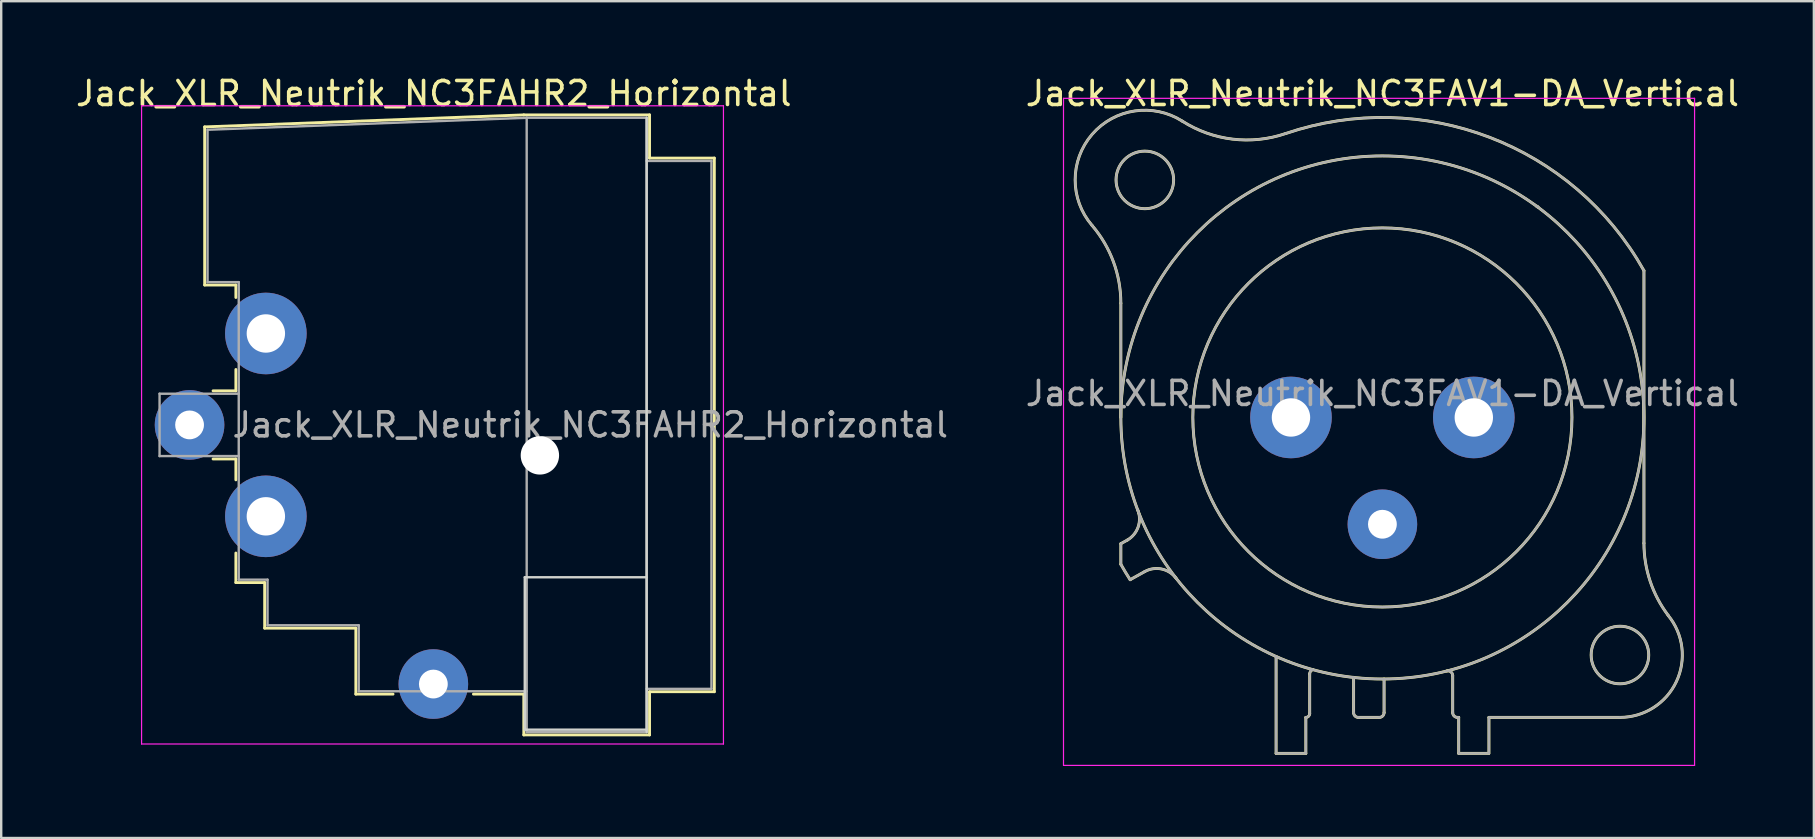
<source format=kicad_pcb>
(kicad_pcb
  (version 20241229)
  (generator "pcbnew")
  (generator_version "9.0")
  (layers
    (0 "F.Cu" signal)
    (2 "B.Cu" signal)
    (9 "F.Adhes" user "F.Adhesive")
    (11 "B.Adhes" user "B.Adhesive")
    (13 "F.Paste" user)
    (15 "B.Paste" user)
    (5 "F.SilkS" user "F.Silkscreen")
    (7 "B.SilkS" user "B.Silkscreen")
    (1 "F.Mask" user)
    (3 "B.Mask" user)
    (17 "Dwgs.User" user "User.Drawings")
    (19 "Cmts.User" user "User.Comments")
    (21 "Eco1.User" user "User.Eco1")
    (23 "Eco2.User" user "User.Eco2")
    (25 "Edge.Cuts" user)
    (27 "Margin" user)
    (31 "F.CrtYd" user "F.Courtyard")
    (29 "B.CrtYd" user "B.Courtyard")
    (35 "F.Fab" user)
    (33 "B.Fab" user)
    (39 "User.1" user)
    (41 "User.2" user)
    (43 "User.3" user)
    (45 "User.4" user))
  (footprint "Jack_XLR_Neutrik_NC3FAV1-DA_Vertical"
    (layer "F.Cu")
    (at 58.372 14.348)
    (property "Reference" "Jack_XLR_Neutrik_NC3FAV1-DA_Vertical" (at -3.81 -13.5 0) (layer "F.SilkS") (effects (font (size 1 1) (thickness 0.15))))
    (attr through_hole)
    (fp_line (start -14.71 0) (end -14.71 -4.76) (stroke (width 0.12) (type solid)) (layer "F.SilkS"))
    (fp_line (start -14.71 5.26) (end -14.71 6.12) (stroke (width 0.12) (type solid)) (layer "F.SilkS"))
    (fp_line (start -14.44 5.11) (end -14.71 5.26) (stroke (width 0.12) (type solid)) (layer "F.SilkS"))
    (fp_line (start -14.32 6.76) (end -13.71 6.42) (stroke (width 0.12) (type solid)) (layer "F.SilkS"))
    (fp_line (start -8.24 9.96) (end -8.24 14) (stroke (width 0.12) (type solid)) (layer "F.SilkS"))
    (fp_line (start -7 12.5) (end -7 14) (stroke (width 0.12) (type solid)) (layer "F.SilkS"))
    (fp_line (start -7 14) (end -8.24 14) (stroke (width 0.12) (type solid)) (layer "F.SilkS"))
    (fp_line (start -6.84 12.34) (end -6.84 10.69) (stroke (width 0.12) (type solid)) (layer "F.SilkS"))
    (fp_line (start -5.01 10.83) (end -5.01 12.3) (stroke (width 0.12) (type solid)) (layer "F.SilkS"))
    (fp_line (start -3.94 12.5) (end -4.81 12.5) (stroke (width 0.12) (type solid)) (layer "F.SilkS"))
    (fp_line (start -3.74 10.9) (end -3.74 12.3) (stroke (width 0.12) (type solid)) (layer "F.SilkS"))
    (fp_line (start -0.88 12.3) (end -0.88 10.76) (stroke (width 0.12) (type solid)) (layer "F.SilkS"))
    (fp_line (start -0.63 12.5) (end -0.68 12.5) (stroke (width 0.12) (type solid)) (layer "F.SilkS"))
    (fp_line (start -0.63 12.5) (end -0.63 14) (stroke (width 0.12) (type solid)) (layer "F.SilkS"))
    (fp_line (start 0.62 14) (end -0.63 14) (stroke (width 0.12) (type solid)) (layer "F.SilkS"))
    (fp_line (start 0.63 12.5) (end 6.09 12.5) (stroke (width 0.12) (type solid)) (layer "F.SilkS"))
    (fp_line (start 0.63 14) (end 0.63 12.5) (stroke (width 0.12) (type solid)) (layer "F.SilkS"))
    (fp_line (start 7.09 5.24) (end 7.09 -6.12) (stroke (width 0.12) (type solid)) (layer "F.SilkS"))
    (fp_arc (start -15.908829 -8.000856) (mid -15.019313 -6.48774) (end -14.71 -4.76) (stroke (width 0.12) (type solid)) (layer "F.SilkS"))
    (fp_arc (start -15.908236 -8.001617) (mid -15.907486 -11.799251) (end -12.15 -12.35) (stroke (width 0.12) (type solid)) (layer "F.SilkS"))
    (fp_arc (start -14.32314 6.763008) (mid -14.521396 6.444407) (end -14.71 6.12) (stroke (width 0.12) (type solid)) (layer "F.SilkS"))
    (fp_arc (start -14.004283 3.855674) (mid -13.989213 4.56375) (end -14.44 5.11) (stroke (width 0.12) (type solid)) (layer "F.SilkS"))
    (fp_arc (start -13.71 6.42) (mid -13.01025 6.315915) (end -12.412202 6.693832) (stroke (width 0.12) (type solid)) (layer "F.SilkS"))
    (fp_arc (start -7.848035 -11.831177) (mid -10.058192 -11.599923) (end -12.15 -12.35) (stroke (width 0.12) (type solid)) (layer "F.SilkS"))
    (fp_arc (start -7.841153 -11.83276) (mid 0.657009 -11.675197) (end 7.09 -6.12) (stroke (width 0.12) (type solid)) (layer "F.SilkS"))
    (fp_arc (start -6.84 10.69) (mid -6.803713 10.578321) (end -6.708713 10.509299) (stroke (width 0.12) (type solid)) (layer "F.SilkS"))
    (fp_arc (start -6.84 12.34) (mid -6.886863 12.453137) (end -7 12.5) (stroke (width 0.12) (type solid)) (layer "F.SilkS"))
    (fp_arc (start -4.81 12.5) (mid -4.951421 12.441421) (end -5.01 12.3) (stroke (width 0.12) (type solid)) (layer "F.SilkS"))
    (fp_arc (start -3.74 12.3) (mid -3.798579 12.441421) (end -3.94 12.5) (stroke (width 0.12) (type solid)) (layer "F.SilkS"))
    (fp_arc (start -1.1294 10.566197) (mid -0.957281 10.602076) (end -0.88 10.76) (stroke (width 0.12) (type solid)) (layer "F.SilkS"))
    (fp_arc (start -0.68 12.5) (mid -0.821421 12.441421) (end -0.88 12.3) (stroke (width 0.12) (type solid)) (layer "F.SilkS"))
    (fp_arc (start 2.636924 -8.782671) (mid 2.628394 -8.791269) (end 2.62 -8.8) (stroke (width 0.12) (type solid)) (layer "F.SilkS"))
    (fp_arc (start 2.680052 -8.767734) (mid 2.65973 -8.7835) (end 2.64 -8.8) (stroke (width 0.12) (type solid)) (layer "F.SilkS"))
    (fp_arc (start 8.095865 8.245761) (mid 8.441704 11.008824) (end 6.09 12.5) (stroke (width 0.12) (type solid)) (layer "F.SilkS"))
    (fp_arc (start 8.098032 8.243976) (mid 7.348729 6.824298) (end 7.09 5.24) (stroke (width 0.12) (type solid)) (layer "F.SilkS"))
    (fp_circle (center -13.71 -9.9) (end -12.51 -9.9) (stroke (width 0.12) (type solid)) (fill no) (layer "F.SilkS"))
    (fp_circle (center -3.81 0) (end 4.09 0) (stroke (width 0.12) (type solid)) (fill no) (layer "F.SilkS"))
    (fp_circle (center -3.81 0) (end 7.09 0) (stroke (width 0.12) (type solid)) (fill no) (layer "F.SilkS"))
    (fp_circle (center 6.09 9.9) (end 7.29 9.9) (stroke (width 0.12) (type solid)) (fill no) (layer "F.SilkS"))
    (fp_line (start -17.1 -13.3) (end 9.2 -13.3) (stroke (width 0.05) (type solid)) (layer "F.CrtYd"))
    (fp_line (start -17.1 14.5) (end -17.1 -13.3) (stroke (width 0.05) (type solid)) (layer "F.CrtYd"))
    (fp_line (start 9.2 -13.3) (end 9.2 14.5) (stroke (width 0.05) (type solid)) (layer "F.CrtYd"))
    (fp_line (start 9.2 14.5) (end -17.1 14.5) (stroke (width 0.05) (type solid)) (layer "F.CrtYd"))
    (fp_line (start -14.71 0) (end -14.71 -4.76) (stroke (width 0.1) (type solid)) (layer "F.Fab"))
    (fp_line (start -14.71 5.26) (end -14.71 6.12) (stroke (width 0.1) (type solid)) (layer "F.Fab"))
    (fp_line (start -14.44 5.11) (end -14.71 5.26) (stroke (width 0.1) (type solid)) (layer "F.Fab"))
    (fp_line (start -14.32 6.76) (end -13.71 6.42) (stroke (width 0.1) (type solid)) (layer "F.Fab"))
    (fp_line (start -8.24 9.96) (end -8.24 14) (stroke (width 0.1) (type solid)) (layer "F.Fab"))
    (fp_line (start -7 12.5) (end -7 14) (stroke (width 0.1) (type solid)) (layer "F.Fab"))
    (fp_line (start -7 14) (end -8.24 14) (stroke (width 0.1) (type solid)) (layer "F.Fab"))
    (fp_line (start -6.84 12.34) (end -6.84 10.69) (stroke (width 0.1) (type solid)) (layer "F.Fab"))
    (fp_line (start -5.01 10.83) (end -5.01 12.3) (stroke (width 0.1) (type solid)) (layer "F.Fab"))
    (fp_line (start -3.94 12.5) (end -4.81 12.5) (stroke (width 0.1) (type solid)) (layer "F.Fab"))
    (fp_line (start -3.74 10.9) (end -3.74 12.3) (stroke (width 0.1) (type solid)) (layer "F.Fab"))
    (fp_line (start -0.88 12.3) (end -0.88 10.76) (stroke (width 0.1) (type solid)) (layer "F.Fab"))
    (fp_line (start -0.63 12.5) (end -0.68 12.5) (stroke (width 0.1) (type solid)) (layer "F.Fab"))
    (fp_line (start -0.63 12.5) (end -0.63 14) (stroke (width 0.1) (type solid)) (layer "F.Fab"))
    (fp_line (start 0.62 14) (end -0.63 14) (stroke (width 0.1) (type solid)) (layer "F.Fab"))
    (fp_line (start 0.63 12.5) (end 6.09 12.5) (stroke (width 0.1) (type solid)) (layer "F.Fab"))
    (fp_line (start 0.63 14) (end 0.63 12.5) (stroke (width 0.1) (type solid)) (layer "F.Fab"))
    (fp_line (start 7.09 5.24) (end 7.09 -6.12) (stroke (width 0.1) (type solid)) (layer "F.Fab"))
    (fp_arc (start -15.908829 -8.000856) (mid -15.019313 -6.48774) (end -14.71 -4.76) (stroke (width 0.1) (type solid)) (layer "F.Fab"))
    (fp_arc (start -15.908236 -8.001617) (mid -15.907486 -11.799251) (end -12.15 -12.35) (stroke (width 0.1) (type solid)) (layer "F.Fab"))
    (fp_arc (start -14.32314 6.763008) (mid -14.521396 6.444407) (end -14.71 6.12) (stroke (width 0.1) (type solid)) (layer "F.Fab"))
    (fp_arc (start -14.004283 3.855674) (mid -13.989213 4.56375) (end -14.44 5.11) (stroke (width 0.1) (type solid)) (layer "F.Fab"))
    (fp_arc (start -13.71 6.42) (mid -13.01025 6.315915) (end -12.412202 6.693832) (stroke (width 0.1) (type solid)) (layer "F.Fab"))
    (fp_arc (start -7.848035 -11.831177) (mid -10.058192 -11.599923) (end -12.15 -12.35) (stroke (width 0.1) (type solid)) (layer "F.Fab"))
    (fp_arc (start -7.841153 -11.83276) (mid 0.657009 -11.675197) (end 7.09 -6.12) (stroke (width 0.1) (type solid)) (layer "F.Fab"))
    (fp_arc (start -6.84 10.69) (mid -6.803713 10.578321) (end -6.708713 10.509299) (stroke (width 0.1) (type solid)) (layer "F.Fab"))
    (fp_arc (start -6.84 12.34) (mid -6.886863 12.453137) (end -7 12.5) (stroke (width 0.1) (type solid)) (layer "F.Fab"))
    (fp_arc (start -4.81 12.5) (mid -4.951421 12.441421) (end -5.01 12.3) (stroke (width 0.1) (type solid)) (layer "F.Fab"))
    (fp_arc (start -3.74 12.3) (mid -3.798579 12.441421) (end -3.94 12.5) (stroke (width 0.1) (type solid)) (layer "F.Fab"))
    (fp_arc (start -1.1294 10.566197) (mid -0.957281 10.602076) (end -0.88 10.76) (stroke (width 0.1) (type solid)) (layer "F.Fab"))
    (fp_arc (start -0.68 12.5) (mid -0.821421 12.441421) (end -0.88 12.3) (stroke (width 0.1) (type solid)) (layer "F.Fab"))
    (fp_arc (start 2.636924 -8.782671) (mid 2.628394 -8.791269) (end 2.62 -8.8) (stroke (width 0.1) (type solid)) (layer "F.Fab"))
    (fp_arc (start 2.680052 -8.767734) (mid 2.65973 -8.7835) (end 2.64 -8.8) (stroke (width 0.1) (type solid)) (layer "F.Fab"))
    (fp_arc (start 8.095865 8.245761) (mid 8.441704 11.008824) (end 6.09 12.5) (stroke (width 0.1) (type solid)) (layer "F.Fab"))
    (fp_arc (start 8.098032 8.243976) (mid 7.348729 6.824298) (end 7.09 5.24) (stroke (width 0.1) (type solid)) (layer "F.Fab"))
    (fp_circle (center -13.71 -9.9) (end -12.51 -9.9) (stroke (width 0.1) (type solid)) (fill no) (layer "F.Fab"))
    (fp_circle (center -3.81 0) (end 4.09 0) (stroke (width 0.1) (type solid)) (fill no) (layer "F.Fab"))
    (fp_circle (center -3.81 0) (end 7.09 0) (stroke (width 0.1) (type solid)) (fill no) (layer "F.Fab"))
    (fp_circle (center 6.09 9.9) (end 7.29 9.9) (stroke (width 0.1) (type solid)) (fill no) (layer "F.Fab"))
    (fp_text user "${REFERENCE}" (at -3.81 -1 0) (layer "F.Fab") (effects (font (size 1 1) (thickness 0.15))))
    (pad "1" thru_hole circle (at 0 0) (size 3.4 3.4) (drill 1.6) (layers "*.Cu" "*.Mask"))
    (pad "2" thru_hole circle (at -7.62 0) (size 3.4 3.4) (drill 1.6) (layers "*.Cu" "*.Mask"))
    (pad "3" thru_hole circle (at -3.81 4.45) (size 2.9 2.9) (drill 1.2) (layers "*.Cu" "*.Mask")))
  (footprint "Jack_XLR_Neutrik_NC3FAHR2_Horizontal"
    (layer "F.Cu")
    (at 8.03 10.848)
    (property "Reference" "Jack_XLR_Neutrik_NC3FAHR2_Horizontal" (at 7 -10 0) (layer "F.SilkS") (effects (font (size 1 1) (thickness 0.15))))
    (attr through_hole)
    (fp_line (start -2.55 -8.61) (end -2.55 -2.02) (stroke (width 0.12) (type solid)) (layer "F.SilkS"))
    (fp_line (start -2.55 -2.02) (end -1.25 -2.02) (stroke (width 0.12) (type solid)) (layer "F.SilkS"))
    (fp_line (start -1.25 -2.02) (end -1.25 -1.5) (stroke (width 0.12) (type solid)) (layer "F.SilkS"))
    (fp_line (start -1.25 1.5) (end -1.25 2.39) (stroke (width 0.12) (type solid)) (layer "F.SilkS"))
    (fp_line (start -1.25 2.39) (end -2.2 2.39) (stroke (width 0.12) (type solid)) (layer "F.SilkS"))
    (fp_line (start -1.25 5.23) (end -2.2 5.23) (stroke (width 0.12) (type solid)) (layer "F.SilkS"))
    (fp_line (start -1.25 5.23) (end -1.25 6.1) (stroke (width 0.12) (type solid)) (layer "F.SilkS"))
    (fp_line (start -1.25 9.15) (end -1.25 10.38) (stroke (width 0.12) (type solid)) (layer "F.SilkS"))
    (fp_line (start -0.05 10.38) (end -1.25 10.38) (stroke (width 0.12) (type solid)) (layer "F.SilkS"))
    (fp_line (start -0.05 10.38) (end -0.05 12.28) (stroke (width 0.12) (type solid)) (layer "F.SilkS"))
    (fp_line (start 3.75 12.28) (end -0.05 12.28) (stroke (width 0.12) (type solid)) (layer "F.SilkS"))
    (fp_line (start 3.75 12.28) (end 3.75 15.03) (stroke (width 0.12) (type solid)) (layer "F.SilkS"))
    (fp_line (start 5.3 15.03) (end 3.75 15.03) (stroke (width 0.12) (type solid)) (layer "F.SilkS"))
    (fp_line (start 10.75 -9.11) (end -2.55 -8.61) (stroke (width 0.12) (type solid)) (layer "F.SilkS"))
    (fp_line (start 10.75 15.03) (end 8.65 15.03) (stroke (width 0.12) (type solid)) (layer "F.SilkS"))
    (fp_line (start 10.75 16.73) (end 10.75 15.03) (stroke (width 0.12) (type solid)) (layer "F.SilkS"))
    (fp_line (start 15.99 -9.11) (end 10.75 -9.11) (stroke (width 0.12) (type solid)) (layer "F.SilkS"))
    (fp_line (start 15.99 -9.11) (end 15.99 -7.31) (stroke (width 0.12) (type solid)) (layer "F.SilkS"))
    (fp_line (start 15.99 -7.31) (end 18.69 -7.31) (stroke (width 0.12) (type solid)) (layer "F.SilkS"))
    (fp_line (start 15.99 14.93) (end 15.99 16.73) (stroke (width 0.12) (type solid)) (layer "F.SilkS"))
    (fp_line (start 15.99 14.93) (end 18.69 14.93) (stroke (width 0.12) (type solid)) (layer "F.SilkS"))
    (fp_line (start 15.99 16.73) (end 10.75 16.73) (stroke (width 0.12) (type solid)) (layer "F.SilkS"))
    (fp_line (start 18.69 -7.31) (end 18.69 14.93) (stroke (width 0.12) (type solid)) (layer "F.SilkS"))
    (fp_line (start 10.79 10.16) (end 10.79 16.51) (stroke (width 0.1) (type solid)) (layer "Edge.Cuts"))
    (fp_line (start 10.79 16.51) (end 15.87 16.51) (stroke (width 0.1) (type solid)) (layer "Edge.Cuts"))
    (fp_line (start 15.87 -8.99) (end 15.87 16.61) (stroke (width 0.1) (type solid)) (layer "Edge.Cuts"))
    (fp_line (start 15.87 10.16) (end 10.79 10.16) (stroke (width 0.1) (type solid)) (layer "Edge.Cuts"))
    (fp_line (start -5.18 -9.49) (end -5.18 17.11) (stroke (width 0.05) (type solid)) (layer "F.CrtYd"))
    (fp_line (start 19.07 -9.49) (end -5.18 -9.49) (stroke (width 0.05) (type solid)) (layer "F.CrtYd"))
    (fp_line (start 19.07 -9.49) (end 19.07 17.11) (stroke (width 0.05) (type solid)) (layer "F.CrtYd"))
    (fp_line (start 19.07 17.11) (end -5.18 17.11) (stroke (width 0.05) (type solid)) (layer "F.CrtYd"))
    (fp_line (start -4.43 2.51) (end -4.43 5.11) (stroke (width 0.1) (type solid)) (layer "F.Fab"))
    (fp_line (start -4.43 2.51) (end -1.13 2.51) (stroke (width 0.1) (type solid)) (layer "F.Fab"))
    (fp_line (start -4.43 5.11) (end -1.13 5.11) (stroke (width 0.1) (type solid)) (layer "F.Fab"))
    (fp_line (start -2.43 -8.49) (end -2.43 -2.14) (stroke (width 0.1) (type solid)) (layer "F.Fab"))
    (fp_line (start -2.43 -8.49) (end 10.87 -8.99) (stroke (width 0.1) (type solid)) (layer "F.Fab"))
    (fp_line (start -1.13 -2.14) (end -2.43 -2.14) (stroke (width 0.1) (type solid)) (layer "F.Fab"))
    (fp_line (start -1.13 -2.14) (end -1.13 10.26) (stroke (width 0.1) (type solid)) (layer "F.Fab"))
    (fp_line (start -1.13 10.26) (end 0.07 10.26) (stroke (width 0.1) (type solid)) (layer "F.Fab"))
    (fp_line (start 0.07 10.26) (end 0.07 12.16) (stroke (width 0.1) (type solid)) (layer "F.Fab"))
    (fp_line (start 0.07 12.16) (end 3.87 12.16) (stroke (width 0.1) (type solid)) (layer "F.Fab"))
    (fp_line (start 3.87 12.16) (end 3.87 14.91) (stroke (width 0.1) (type solid)) (layer "F.Fab"))
    (fp_line (start 3.87 14.91) (end 10.87 14.91) (stroke (width 0.1) (type solid)) (layer "F.Fab"))
    (fp_line (start 10.87 -8.99) (end 15.87 -8.99) (stroke (width 0.1) (type solid)) (layer "F.Fab"))
    (fp_line (start 10.87 16.61) (end 10.87 -8.99) (stroke (width 0.1) (type solid)) (layer "F.Fab"))
    (fp_line (start 15.87 -8.99) (end 15.87 16.61) (stroke (width 0.1) (type solid)) (layer "F.Fab"))
    (fp_line (start 15.87 -7.19) (end 18.57 -7.19) (stroke (width 0.1) (type solid)) (layer "F.Fab"))
    (fp_line (start 15.87 16.61) (end 10.87 16.61) (stroke (width 0.1) (type solid)) (layer "F.Fab"))
    (fp_line (start 18.57 -7.19) (end 18.57 14.81) (stroke (width 0.1) (type solid)) (layer "F.Fab"))
    (fp_line (start 18.57 14.81) (end 15.87 14.81) (stroke (width 0.1) (type solid)) (layer "F.Fab"))
    (fp_text user "${REFERENCE}" (at 13.52 3.81 0) (layer "F.Fab") (effects (font (size 1 1) (thickness 0.15))))
    (pad "" np_thru_hole circle (at 11.42 5.08) (size 1.6 1.6) (drill 1.6) (layers "*.Cu" "*.Mask"))
    (pad "1" thru_hole circle (at 0 0) (size 3.4 3.4) (drill 1.6) (layers "*.Cu" "*.Mask"))
    (pad "2" thru_hole circle (at -3.18 3.81) (size 2.9 2.9) (drill 1.2) (layers "*.Cu" "*.Mask"))
    (pad "3" thru_hole circle (at 0 7.62) (size 3.4 3.4) (drill 1.6) (layers "*.Cu" "*.Mask"))
    (pad "G" thru_hole circle (at 6.98 14.61) (size 2.9 2.9) (drill 1.2) (layers "*.Cu" "*.Mask")))
  (gr_rect
    (start -3 -3)
    (end 72.544 31.873)
    (stroke (width 0.1) (type default))
    (fill no)
    (layer "Edge.Cuts")))
</source>
